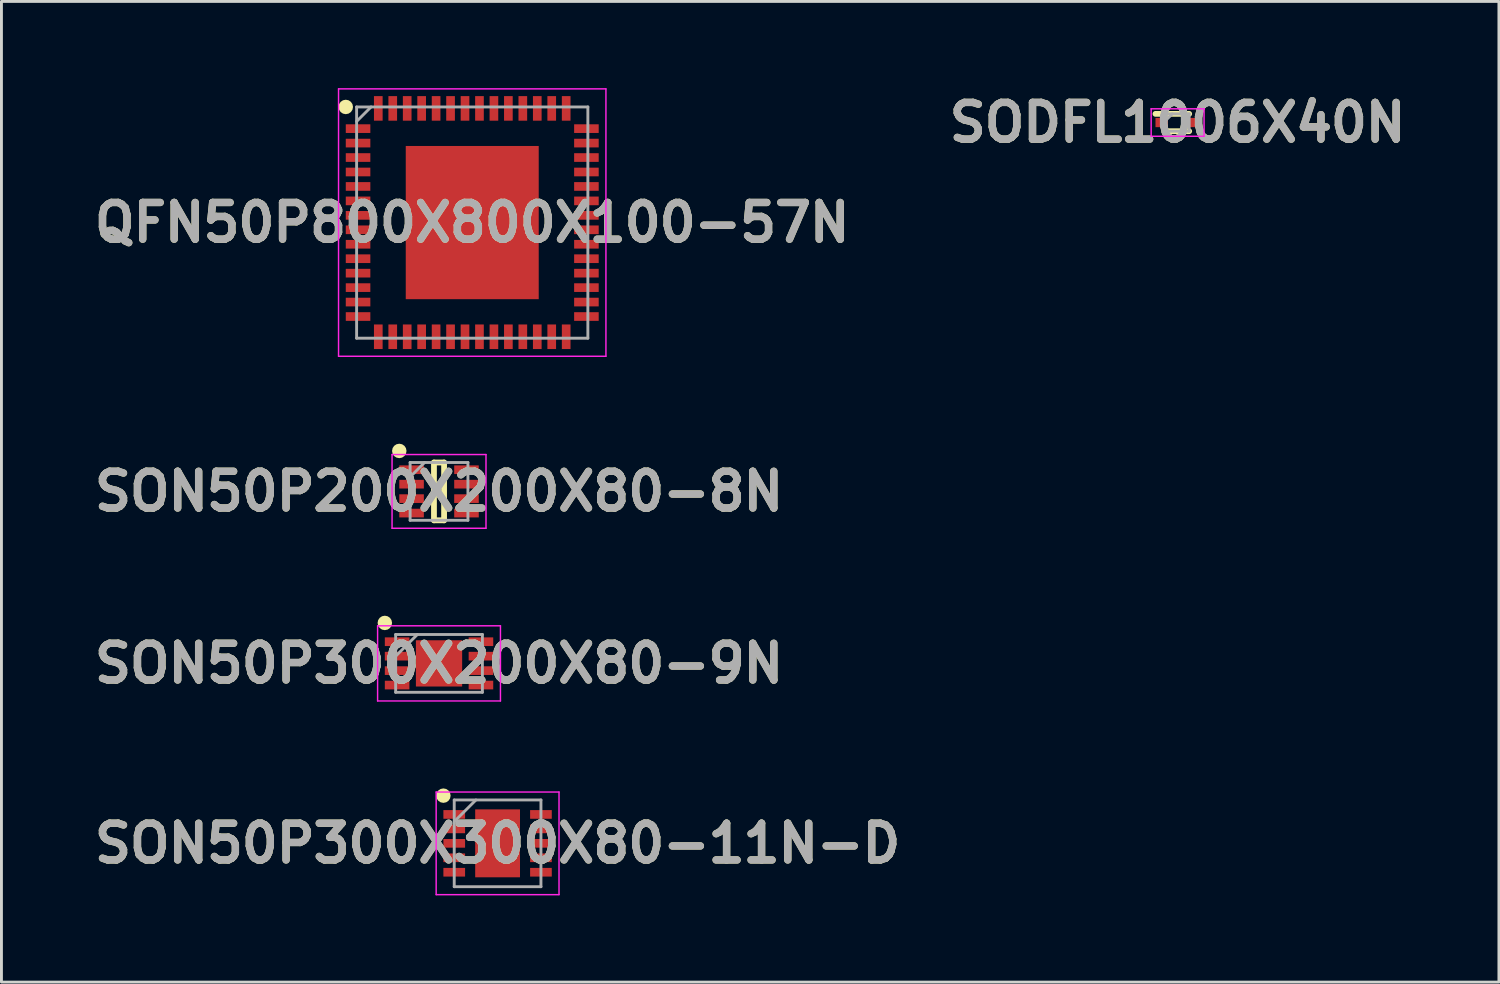
<source format=kicad_pcb>
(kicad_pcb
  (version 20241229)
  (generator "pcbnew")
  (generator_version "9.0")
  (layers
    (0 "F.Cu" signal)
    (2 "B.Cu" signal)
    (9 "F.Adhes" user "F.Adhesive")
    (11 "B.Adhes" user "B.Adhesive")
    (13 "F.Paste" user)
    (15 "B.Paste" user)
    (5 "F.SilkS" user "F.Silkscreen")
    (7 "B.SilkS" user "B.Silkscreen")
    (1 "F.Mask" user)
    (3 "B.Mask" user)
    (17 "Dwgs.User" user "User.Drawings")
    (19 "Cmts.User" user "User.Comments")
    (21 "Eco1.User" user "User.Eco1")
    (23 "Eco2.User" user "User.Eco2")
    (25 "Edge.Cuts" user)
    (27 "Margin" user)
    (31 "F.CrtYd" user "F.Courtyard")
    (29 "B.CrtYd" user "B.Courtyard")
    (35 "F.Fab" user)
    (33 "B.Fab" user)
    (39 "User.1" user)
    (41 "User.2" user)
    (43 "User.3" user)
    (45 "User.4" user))
  (footprint "SODFL1006X40N"
    (layer "F.Cu")
    (at 37.689 1.189)
    (property "Reference" "SODFL1006X40N" (at 0 0 0) (layer "F.SilkS") (effects (font (size 1.27 1.27) (thickness 0.254))))
    (attr smd)
    (fp_line (start -0.765 -0.3) (end 0.4 -0.3) (stroke (width 0.2) (type solid)) (layer "F.SilkS"))
    (fp_line (start -0.4 0.3) (end 0.4 0.3) (stroke (width 0.2) (type solid)) (layer "F.SilkS"))
    (fp_line (start -0.915 -0.475) (end 0.915 -0.475) (stroke (width 0.05) (type solid)) (layer "F.CrtYd"))
    (fp_line (start -0.915 0.475) (end -0.915 -0.475) (stroke (width 0.05) (type solid)) (layer "F.CrtYd"))
    (fp_line (start 0.915 -0.475) (end 0.915 0.475) (stroke (width 0.05) (type solid)) (layer "F.CrtYd"))
    (fp_line (start 0.915 0.475) (end -0.915 0.475) (stroke (width 0.05) (type solid)) (layer "F.CrtYd"))
    (fp_line (start -0.4 -0.3) (end 0.4 -0.3) (stroke (width 0.1) (type solid)) (layer "F.Fab"))
    (fp_line (start -0.4 -0.085) (end -0.185 -0.3) (stroke (width 0.1) (type solid)) (layer "F.Fab"))
    (fp_line (start -0.4 0.3) (end -0.4 -0.3) (stroke (width 0.1) (type solid)) (layer "F.Fab"))
    (fp_line (start 0.4 -0.3) (end 0.4 0.3) (stroke (width 0.1) (type solid)) (layer "F.Fab"))
    (fp_line (start 0.4 0.3) (end -0.4 0.3) (stroke (width 0.1) (type solid)) (layer "F.Fab"))
    (fp_text user "${REFERENCE}" (at 0 0 0) (layer "F.Fab") (effects (font (size 1.27 1.27) (thickness 0.254))))
    (pad "1" smd rect (at -0.55 0 90) (size 0.32 0.43) (layers "F.Cu" "F.Mask" "F.Paste"))
    (pad "2" smd rect (at 0.55 0 90) (size 0.32 0.43) (layers "F.Cu" "F.Mask" "F.Paste")))
  (footprint "SON50P200X200X80-8N"
    (layer "F.Cu")
    (at 12.138 13.95)
    (property "Reference" "SON50P200X200X80-8N" (at 0 0 0) (layer "F.SilkS") (effects (font (size 1.27 1.27) (thickness 0.254))))
    (attr smd)
    (fp_line (start -0.175 -1) (end 0.175 -1) (stroke (width 0.2) (type solid)) (layer "F.SilkS"))
    (fp_line (start -0.175 1) (end -0.175 -1) (stroke (width 0.2) (type solid)) (layer "F.SilkS"))
    (fp_line (start 0.175 -1) (end 0.175 1) (stroke (width 0.2) (type solid)) (layer "F.SilkS"))
    (fp_line (start 0.175 1) (end -0.175 1) (stroke (width 0.2) (type solid)) (layer "F.SilkS"))
    (fp_circle (center -1.375 -1.4) (end -1.375 -1.275) (stroke (width 0.25) (type solid)) (fill no) (layer "F.SilkS"))
    (fp_line (start -1.625 -1.275) (end 1.625 -1.275) (stroke (width 0.05) (type solid)) (layer "F.CrtYd"))
    (fp_line (start -1.625 1.275) (end -1.625 -1.275) (stroke (width 0.05) (type solid)) (layer "F.CrtYd"))
    (fp_line (start 1.625 -1.275) (end 1.625 1.275) (stroke (width 0.05) (type solid)) (layer "F.CrtYd"))
    (fp_line (start 1.625 1.275) (end -1.625 1.275) (stroke (width 0.05) (type solid)) (layer "F.CrtYd"))
    (fp_line (start -1 -1) (end 1 -1) (stroke (width 0.1) (type solid)) (layer "F.Fab"))
    (fp_line (start -1 -0.5) (end -0.5 -1) (stroke (width 0.1) (type solid)) (layer "F.Fab"))
    (fp_line (start -1 1) (end -1 -1) (stroke (width 0.1) (type solid)) (layer "F.Fab"))
    (fp_line (start 1 -1) (end 1 1) (stroke (width 0.1) (type solid)) (layer "F.Fab"))
    (fp_line (start 1 1) (end -1 1) (stroke (width 0.1) (type solid)) (layer "F.Fab"))
    (fp_text user "${REFERENCE}" (at 0 0 0) (layer "F.Fab") (effects (font (size 1.27 1.27) (thickness 0.254))))
    (pad "1" smd rect (at -0.95 -0.75 90) (size 0.3 0.85) (layers "F.Cu" "F.Mask" "F.Paste"))
    (pad "2" smd rect (at -0.95 -0.25 90) (size 0.3 0.85) (layers "F.Cu" "F.Mask" "F.Paste"))
    (pad "3" smd rect (at -0.95 0.25 90) (size 0.3 0.85) (layers "F.Cu" "F.Mask" "F.Paste"))
    (pad "4" smd rect (at -0.95 0.75 90) (size 0.3 0.85) (layers "F.Cu" "F.Mask" "F.Paste"))
    (pad "5" smd rect (at 0.95 0.75 90) (size 0.3 0.85) (layers "F.Cu" "F.Mask" "F.Paste"))
    (pad "6" smd rect (at 0.95 0.25 90) (size 0.3 0.85) (layers "F.Cu" "F.Mask" "F.Paste"))
    (pad "7" smd rect (at 0.95 -0.25 90) (size 0.3 0.85) (layers "F.Cu" "F.Mask" "F.Paste"))
    (pad "8" smd rect (at 0.95 -0.75 90) (size 0.3 0.85) (layers "F.Cu" "F.Mask" "F.Paste")))
  (footprint "QFN50P800X800X100-57N"
    (layer "F.Cu")
    (at 13.287 4.65)
    (property "Reference" "QFN50P800X800X100-57N" (at 0 0 0) (layer "F.SilkS") (effects (font (size 1.27 1.27) (thickness 0.254))))
    (attr smd)
    (fp_circle (center -4.375 -4) (end -4.375 -3.875) (stroke (width 0.25) (type solid)) (fill no) (layer "F.SilkS"))
    (fp_line (start -4.625 -4.625) (end 4.625 -4.625) (stroke (width 0.05) (type solid)) (layer "F.CrtYd"))
    (fp_line (start -4.625 4.625) (end -4.625 -4.625) (stroke (width 0.05) (type solid)) (layer "F.CrtYd"))
    (fp_line (start 4.625 -4.625) (end 4.625 4.625) (stroke (width 0.05) (type solid)) (layer "F.CrtYd"))
    (fp_line (start 4.625 4.625) (end -4.625 4.625) (stroke (width 0.05) (type solid)) (layer "F.CrtYd"))
    (fp_line (start -4 -4) (end 4 -4) (stroke (width 0.1) (type solid)) (layer "F.Fab"))
    (fp_line (start -4 -3.5) (end -3.5 -4) (stroke (width 0.1) (type solid)) (layer "F.Fab"))
    (fp_line (start -4 4) (end -4 -4) (stroke (width 0.1) (type solid)) (layer "F.Fab"))
    (fp_line (start 4 -4) (end 4 4) (stroke (width 0.1) (type solid)) (layer "F.Fab"))
    (fp_line (start 4 4) (end -4 4) (stroke (width 0.1) (type solid)) (layer "F.Fab"))
    (fp_text user "${REFERENCE}" (at 0 0 0) (layer "F.Fab") (effects (font (size 1.27 1.27) (thickness 0.254))))
    (pad "1" smd rect (at -3.95 -3.25 90) (size 0.3 0.85) (layers "F.Cu" "F.Mask" "F.Paste"))
    (pad "2" smd rect (at -3.95 -2.75 90) (size 0.3 0.85) (layers "F.Cu" "F.Mask" "F.Paste"))
    (pad "3" smd rect (at -3.95 -2.25 90) (size 0.3 0.85) (layers "F.Cu" "F.Mask" "F.Paste"))
    (pad "4" smd rect (at -3.95 -1.75 90) (size 0.3 0.85) (layers "F.Cu" "F.Mask" "F.Paste"))
    (pad "5" smd rect (at -3.95 -1.25 90) (size 0.3 0.85) (layers "F.Cu" "F.Mask" "F.Paste"))
    (pad "6" smd rect (at -3.95 -0.75 90) (size 0.3 0.85) (layers "F.Cu" "F.Mask" "F.Paste"))
    (pad "7" smd rect (at -3.95 -0.25 90) (size 0.3 0.85) (layers "F.Cu" "F.Mask" "F.Paste"))
    (pad "8" smd rect (at -3.95 0.25 90) (size 0.3 0.85) (layers "F.Cu" "F.Mask" "F.Paste"))
    (pad "9" smd rect (at -3.95 0.75 90) (size 0.3 0.85) (layers "F.Cu" "F.Mask" "F.Paste"))
    (pad "10" smd rect (at -3.95 1.25 90) (size 0.3 0.85) (layers "F.Cu" "F.Mask" "F.Paste"))
    (pad "11" smd rect (at -3.95 1.75 90) (size 0.3 0.85) (layers "F.Cu" "F.Mask" "F.Paste"))
    (pad "12" smd rect (at -3.95 2.25 90) (size 0.3 0.85) (layers "F.Cu" "F.Mask" "F.Paste"))
    (pad "13" smd rect (at -3.95 2.75 90) (size 0.3 0.85) (layers "F.Cu" "F.Mask" "F.Paste"))
    (pad "14" smd rect (at -3.95 3.25 90) (size 0.3 0.85) (layers "F.Cu" "F.Mask" "F.Paste"))
    (pad "15" smd rect (at -3.25 3.95) (size 0.3 0.85) (layers "F.Cu" "F.Mask" "F.Paste"))
    (pad "16" smd rect (at -2.75 3.95) (size 0.3 0.85) (layers "F.Cu" "F.Mask" "F.Paste"))
    (pad "17" smd rect (at -2.25 3.95) (size 0.3 0.85) (layers "F.Cu" "F.Mask" "F.Paste"))
    (pad "18" smd rect (at -1.75 3.95) (size 0.3 0.85) (layers "F.Cu" "F.Mask" "F.Paste"))
    (pad "19" smd rect (at -1.25 3.95) (size 0.3 0.85) (layers "F.Cu" "F.Mask" "F.Paste"))
    (pad "20" smd rect (at -0.75 3.95) (size 0.3 0.85) (layers "F.Cu" "F.Mask" "F.Paste"))
    (pad "21" smd rect (at -0.25 3.95) (size 0.3 0.85) (layers "F.Cu" "F.Mask" "F.Paste"))
    (pad "22" smd rect (at 0.25 3.95) (size 0.3 0.85) (layers "F.Cu" "F.Mask" "F.Paste"))
    (pad "23" smd rect (at 0.75 3.95) (size 0.3 0.85) (layers "F.Cu" "F.Mask" "F.Paste"))
    (pad "24" smd rect (at 1.25 3.95) (size 0.3 0.85) (layers "F.Cu" "F.Mask" "F.Paste"))
    (pad "25" smd rect (at 1.75 3.95) (size 0.3 0.85) (layers "F.Cu" "F.Mask" "F.Paste"))
    (pad "26" smd rect (at 2.25 3.95) (size 0.3 0.85) (layers "F.Cu" "F.Mask" "F.Paste"))
    (pad "27" smd rect (at 2.75 3.95) (size 0.3 0.85) (layers "F.Cu" "F.Mask" "F.Paste"))
    (pad "28" smd rect (at 3.25 3.95) (size 0.3 0.85) (layers "F.Cu" "F.Mask" "F.Paste"))
    (pad "29" smd rect (at 3.95 3.25 90) (size 0.3 0.85) (layers "F.Cu" "F.Mask" "F.Paste"))
    (pad "30" smd rect (at 3.95 2.75 90) (size 0.3 0.85) (layers "F.Cu" "F.Mask" "F.Paste"))
    (pad "31" smd rect (at 3.95 2.25 90) (size 0.3 0.85) (layers "F.Cu" "F.Mask" "F.Paste"))
    (pad "32" smd rect (at 3.95 1.75 90) (size 0.3 0.85) (layers "F.Cu" "F.Mask" "F.Paste"))
    (pad "33" smd rect (at 3.95 1.25 90) (size 0.3 0.85) (layers "F.Cu" "F.Mask" "F.Paste"))
    (pad "34" smd rect (at 3.95 0.75 90) (size 0.3 0.85) (layers "F.Cu" "F.Mask" "F.Paste"))
    (pad "35" smd rect (at 3.95 0.25 90) (size 0.3 0.85) (layers "F.Cu" "F.Mask" "F.Paste"))
    (pad "36" smd rect (at 3.95 -0.25 90) (size 0.3 0.85) (layers "F.Cu" "F.Mask" "F.Paste"))
    (pad "37" smd rect (at 3.95 -0.75 90) (size 0.3 0.85) (layers "F.Cu" "F.Mask" "F.Paste"))
    (pad "38" smd rect (at 3.95 -1.25 90) (size 0.3 0.85) (layers "F.Cu" "F.Mask" "F.Paste"))
    (pad "39" smd rect (at 3.95 -1.75 90) (size 0.3 0.85) (layers "F.Cu" "F.Mask" "F.Paste"))
    (pad "40" smd rect (at 3.95 -2.25 90) (size 0.3 0.85) (layers "F.Cu" "F.Mask" "F.Paste"))
    (pad "41" smd rect (at 3.95 -2.75 90) (size 0.3 0.85) (layers "F.Cu" "F.Mask" "F.Paste"))
    (pad "42" smd rect (at 3.95 -3.25 90) (size 0.3 0.85) (layers "F.Cu" "F.Mask" "F.Paste"))
    (pad "43" smd rect (at 3.25 -3.95) (size 0.3 0.85) (layers "F.Cu" "F.Mask" "F.Paste"))
    (pad "44" smd rect (at 2.75 -3.95) (size 0.3 0.85) (layers "F.Cu" "F.Mask" "F.Paste"))
    (pad "45" smd rect (at 2.25 -3.95) (size 0.3 0.85) (layers "F.Cu" "F.Mask" "F.Paste"))
    (pad "46" smd rect (at 1.75 -3.95) (size 0.3 0.85) (layers "F.Cu" "F.Mask" "F.Paste"))
    (pad "47" smd rect (at 1.25 -3.95) (size 0.3 0.85) (layers "F.Cu" "F.Mask" "F.Paste"))
    (pad "48" smd rect (at 0.75 -3.95) (size 0.3 0.85) (layers "F.Cu" "F.Mask" "F.Paste"))
    (pad "49" smd rect (at 0.25 -3.95) (size 0.3 0.85) (layers "F.Cu" "F.Mask" "F.Paste"))
    (pad "50" smd rect (at -0.25 -3.95) (size 0.3 0.85) (layers "F.Cu" "F.Mask" "F.Paste"))
    (pad "51" smd rect (at -0.75 -3.95) (size 0.3 0.85) (layers "F.Cu" "F.Mask" "F.Paste"))
    (pad "52" smd rect (at -1.25 -3.95) (size 0.3 0.85) (layers "F.Cu" "F.Mask" "F.Paste"))
    (pad "53" smd rect (at -1.75 -3.95) (size 0.3 0.85) (layers "F.Cu" "F.Mask" "F.Paste"))
    (pad "54" smd rect (at -2.25 -3.95) (size 0.3 0.85) (layers "F.Cu" "F.Mask" "F.Paste"))
    (pad "55" smd rect (at -2.75 -3.95) (size 0.3 0.85) (layers "F.Cu" "F.Mask" "F.Paste"))
    (pad "56" smd rect (at -3.25 -3.95) (size 0.3 0.85) (layers "F.Cu" "F.Mask" "F.Paste"))
    (pad "57" smd rect (at 0 0) (size 4.6 5.3) (layers "F.Cu" "F.Mask" "F.Paste")))
  (footprint "SON50P300X200X80-9N"
    (layer "F.Cu")
    (at 12.138 19.9)
    (property "Reference" "SON50P300X200X80-9N" (at 0 0 0) (layer "F.SilkS") (effects (font (size 1.27 1.27) (thickness 0.254))))
    (attr smd)
    (fp_circle (center -1.875 -1.4) (end -1.875 -1.275) (stroke (width 0.25) (type solid)) (fill no) (layer "F.SilkS"))
    (fp_line (start -2.125 -1.3) (end 2.125 -1.3) (stroke (width 0.05) (type solid)) (layer "F.CrtYd"))
    (fp_line (start -2.125 1.3) (end -2.125 -1.3) (stroke (width 0.05) (type solid)) (layer "F.CrtYd"))
    (fp_line (start 2.125 -1.3) (end 2.125 1.3) (stroke (width 0.05) (type solid)) (layer "F.CrtYd"))
    (fp_line (start 2.125 1.3) (end -2.125 1.3) (stroke (width 0.05) (type solid)) (layer "F.CrtYd"))
    (fp_line (start -1.5 -1) (end 1.5 -1) (stroke (width 0.1) (type solid)) (layer "F.Fab"))
    (fp_line (start -1.5 -0.25) (end -0.75 -1) (stroke (width 0.1) (type solid)) (layer "F.Fab"))
    (fp_line (start -1.5 1) (end -1.5 -1) (stroke (width 0.1) (type solid)) (layer "F.Fab"))
    (fp_line (start 1.5 -1) (end 1.5 1) (stroke (width 0.1) (type solid)) (layer "F.Fab"))
    (fp_line (start 1.5 1) (end -1.5 1) (stroke (width 0.1) (type solid)) (layer "F.Fab"))
    (fp_text user "${REFERENCE}" (at 0 0 0) (layer "F.Fab") (effects (font (size 1.27 1.27) (thickness 0.254))))
    (pad "1" smd rect (at -1.45 -0.75 90) (size 0.3 0.85) (layers "F.Cu" "F.Mask" "F.Paste"))
    (pad "2" smd rect (at -1.45 -0.25 90) (size 0.3 0.85) (layers "F.Cu" "F.Mask" "F.Paste"))
    (pad "3" smd rect (at -1.45 0.25 90) (size 0.3 0.85) (layers "F.Cu" "F.Mask" "F.Paste"))
    (pad "4" smd rect (at -1.45 0.75 90) (size 0.3 0.85) (layers "F.Cu" "F.Mask" "F.Paste"))
    (pad "5" smd rect (at 1.45 0.75 90) (size 0.3 0.85) (layers "F.Cu" "F.Mask" "F.Paste"))
    (pad "6" smd rect (at 1.45 0.25 90) (size 0.3 0.85) (layers "F.Cu" "F.Mask" "F.Paste"))
    (pad "7" smd rect (at 1.45 -0.25 90) (size 0.3 0.85) (layers "F.Cu" "F.Mask" "F.Paste"))
    (pad "8" smd rect (at 1.45 -0.75 90) (size 0.3 0.85) (layers "F.Cu" "F.Mask" "F.Paste"))
    (pad "9" smd rect (at 0 0) (size 1.6 1.6) (layers "F.Cu" "F.Mask" "F.Paste")))
  (footprint "SON50P300X300X80-11N-D"
    (layer "F.Cu")
    (at 14.164 26.125)
    (property "Reference" "SON50P300X300X80-11N-D" (at 0 0 0) (layer "F.SilkS") (effects (font (size 1.27 1.27) (thickness 0.254))))
    (attr smd)
    (fp_circle (center -1.875 -1.65) (end -1.875 -1.525) (stroke (width 0.25) (type solid)) (fill no) (layer "F.SilkS"))
    (fp_line (start -2.125 -1.775) (end 2.125 -1.775) (stroke (width 0.05) (type solid)) (layer "F.CrtYd"))
    (fp_line (start -2.125 1.775) (end -2.125 -1.775) (stroke (width 0.05) (type solid)) (layer "F.CrtYd"))
    (fp_line (start 2.125 -1.775) (end 2.125 1.775) (stroke (width 0.05) (type solid)) (layer "F.CrtYd"))
    (fp_line (start 2.125 1.775) (end -2.125 1.775) (stroke (width 0.05) (type solid)) (layer "F.CrtYd"))
    (fp_line (start -1.5 -1.5) (end 1.5 -1.5) (stroke (width 0.1) (type solid)) (layer "F.Fab"))
    (fp_line (start -1.5 -0.75) (end -0.75 -1.5) (stroke (width 0.1) (type solid)) (layer "F.Fab"))
    (fp_line (start -1.5 1.5) (end -1.5 -1.5) (stroke (width 0.1) (type solid)) (layer "F.Fab"))
    (fp_line (start 1.5 -1.5) (end 1.5 1.5) (stroke (width 0.1) (type solid)) (layer "F.Fab"))
    (fp_line (start 1.5 1.5) (end -1.5 1.5) (stroke (width 0.1) (type solid)) (layer "F.Fab"))
    (fp_text user "${REFERENCE}" (at 0 0 0) (layer "F.Fab") (effects (font (size 1.27 1.27) (thickness 0.254))))
    (pad "1" smd rect (at -1.5 -1 90) (size 0.3 0.75) (layers "F.Cu" "F.Mask" "F.Paste"))
    (pad "2" smd rect (at -1.5 -0.5 90) (size 0.3 0.75) (layers "F.Cu" "F.Mask" "F.Paste"))
    (pad "3" smd rect (at -1.5 0 90) (size 0.3 0.75) (layers "F.Cu" "F.Mask" "F.Paste"))
    (pad "4" smd rect (at -1.5 0.5 90) (size 0.3 0.75) (layers "F.Cu" "F.Mask" "F.Paste"))
    (pad "5" smd rect (at -1.5 1 90) (size 0.3 0.75) (layers "F.Cu" "F.Mask" "F.Paste"))
    (pad "6" smd rect (at 1.5 1 90) (size 0.3 0.75) (layers "F.Cu" "F.Mask" "F.Paste"))
    (pad "7" smd rect (at 1.5 0.5 90) (size 0.3 0.75) (layers "F.Cu" "F.Mask" "F.Paste"))
    (pad "8" smd rect (at 1.5 0 90) (size 0.3 0.75) (layers "F.Cu" "F.Mask" "F.Paste"))
    (pad "9" smd rect (at 1.5 -0.5 90) (size 0.3 0.75) (layers "F.Cu" "F.Mask" "F.Paste"))
    (pad "10" smd rect (at 1.5 -1 90) (size 0.3 0.75) (layers "F.Cu" "F.Mask" "F.Paste"))
    (pad "11" smd rect (at 0 0) (size 1.55 2.35) (layers "F.Cu" "F.Mask" "F.Paste")))
  (gr_rect
    (start -3 -3)
    (end 48.805 30.925)
    (stroke (width 0.1) (type default))
    (fill no)
    (layer "Edge.Cuts")))
</source>
